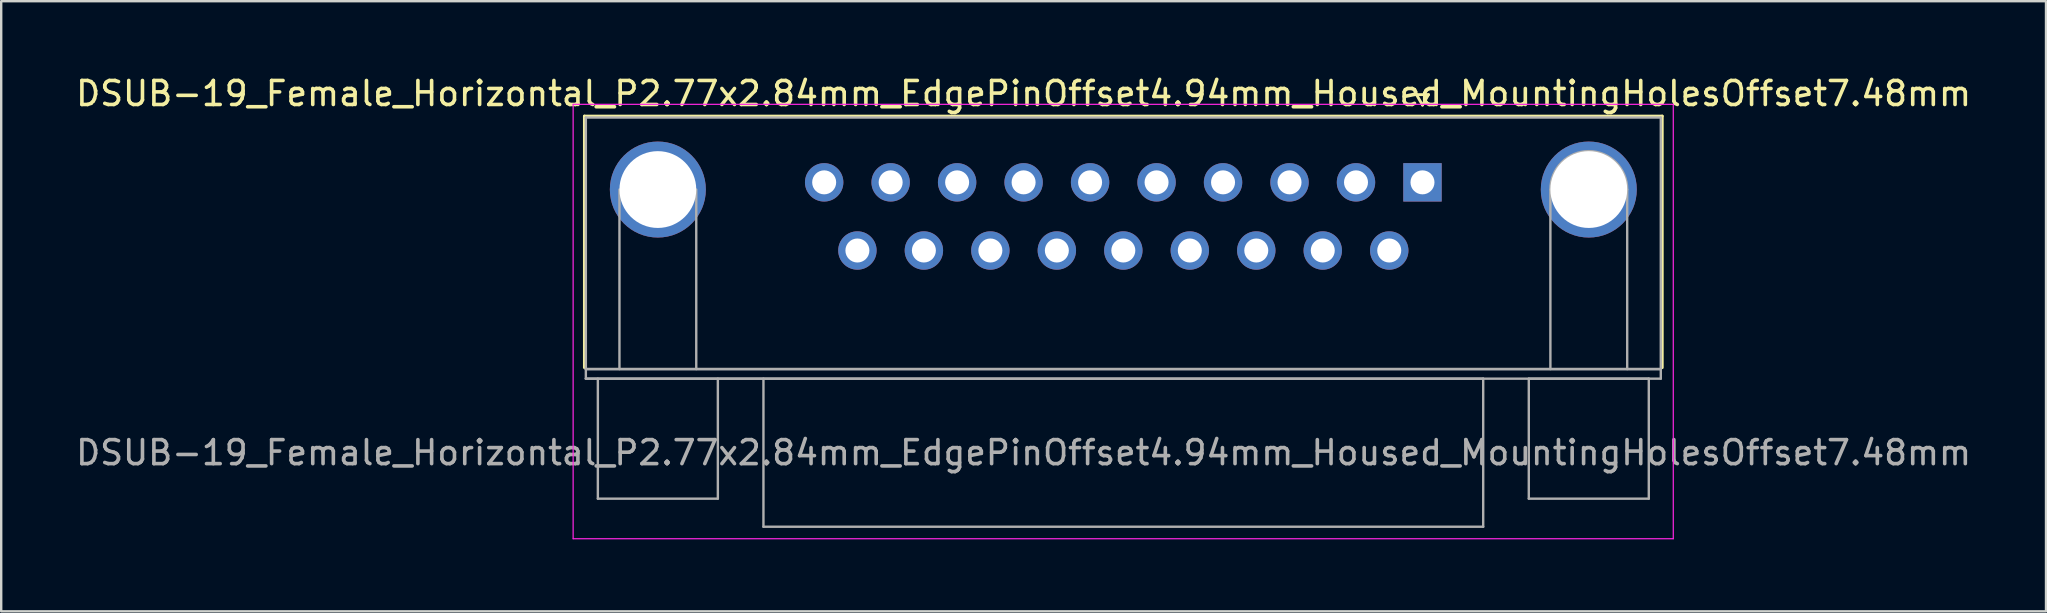
<source format=kicad_pcb>
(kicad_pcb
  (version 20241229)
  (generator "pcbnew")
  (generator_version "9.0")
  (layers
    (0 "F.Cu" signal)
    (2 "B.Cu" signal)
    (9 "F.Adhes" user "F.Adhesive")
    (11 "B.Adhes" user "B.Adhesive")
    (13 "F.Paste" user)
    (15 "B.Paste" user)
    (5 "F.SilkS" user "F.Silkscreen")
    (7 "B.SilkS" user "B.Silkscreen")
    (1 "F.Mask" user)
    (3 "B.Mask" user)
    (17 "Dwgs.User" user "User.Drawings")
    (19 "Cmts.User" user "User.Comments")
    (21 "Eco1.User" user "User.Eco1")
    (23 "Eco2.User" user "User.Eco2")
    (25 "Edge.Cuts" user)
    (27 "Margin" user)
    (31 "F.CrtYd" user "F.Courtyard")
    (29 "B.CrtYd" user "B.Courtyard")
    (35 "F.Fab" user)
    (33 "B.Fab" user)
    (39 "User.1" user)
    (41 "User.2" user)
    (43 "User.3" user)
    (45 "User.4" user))
  (footprint "DSUB-19_Female_Horizontal_P2.77x2.84mm_EdgePinOffset4.94mm_Housed_MountingHolesOffset7.48mm"
    (layer "F.Cu")
    (at 56.221 4.548)
    (property "Reference" "DSUB-19_Female_Horizontal_P2.77x2.84mm_EdgePinOffset4.94mm_Housed_MountingHolesOffset7.48mm" (at -16.62 -3.7 0) (layer "F.SilkS") (effects (font (size 1 1) (thickness 0.15))))
    (attr through_hole)
    (fp_line (start -34.92 -2.76) (end 9.99 -2.76) (stroke (width 0.12) (type solid)) (layer "F.SilkS"))
    (fp_line (start -34.92 7.72) (end -34.92 -2.76) (stroke (width 0.12) (type solid)) (layer "F.SilkS"))
    (fp_line (start -0.25 -3.654) (end 0.25 -3.654) (stroke (width 0.12) (type solid)) (layer "F.SilkS"))
    (fp_line (start 0 -3.221) (end -0.25 -3.654) (stroke (width 0.12) (type solid)) (layer "F.SilkS"))
    (fp_line (start 0.25 -3.654) (end 0 -3.221) (stroke (width 0.12) (type solid)) (layer "F.SilkS"))
    (fp_line (start 9.99 -2.76) (end 9.99 7.72) (stroke (width 0.12) (type solid)) (layer "F.SilkS"))
    (fp_line (start -35.39 -3.25) (end -35.39 14.85) (stroke (width 0.05) (type solid)) (layer "F.CrtYd"))
    (fp_line (start -35.39 14.85) (end 10.45 14.85) (stroke (width 0.05) (type solid)) (layer "F.CrtYd"))
    (fp_line (start 10.45 -3.25) (end -35.39 -3.25) (stroke (width 0.05) (type solid)) (layer "F.CrtYd"))
    (fp_line (start 10.45 14.85) (end 10.45 -3.25) (stroke (width 0.05) (type solid)) (layer "F.CrtYd"))
    (fp_line (start -34.86 -2.7) (end -34.86 7.78) (stroke (width 0.1) (type solid)) (layer "F.Fab"))
    (fp_line (start -34.86 7.78) (end -34.86 8.18) (stroke (width 0.1) (type solid)) (layer "F.Fab"))
    (fp_line (start -34.86 7.78) (end 9.93 7.78) (stroke (width 0.1) (type solid)) (layer "F.Fab"))
    (fp_line (start -34.86 8.18) (end 9.93 8.18) (stroke (width 0.1) (type solid)) (layer "F.Fab"))
    (fp_line (start -34.36 8.18) (end -34.36 13.18) (stroke (width 0.1) (type solid)) (layer "F.Fab"))
    (fp_line (start -34.36 13.18) (end -29.36 13.18) (stroke (width 0.1) (type solid)) (layer "F.Fab"))
    (fp_line (start -33.46 7.78) (end -33.46 0.3) (stroke (width 0.1) (type solid)) (layer "F.Fab"))
    (fp_line (start -30.26 7.78) (end -30.26 0.3) (stroke (width 0.1) (type solid)) (layer "F.Fab"))
    (fp_line (start -29.36 13.18) (end -29.36 8.18) (stroke (width 0.1) (type solid)) (layer "F.Fab"))
    (fp_line (start -27.46 8.18) (end -27.46 14.35) (stroke (width 0.1) (type solid)) (layer "F.Fab"))
    (fp_line (start -27.46 14.35) (end 2.53 14.35) (stroke (width 0.1) (type solid)) (layer "F.Fab"))
    (fp_line (start 2.53 8.18) (end -34.86 8.18) (stroke (width 0.1) (type solid)) (layer "F.Fab"))
    (fp_line (start 2.53 14.35) (end 2.53 8.18) (stroke (width 0.1) (type solid)) (layer "F.Fab"))
    (fp_line (start 4.43 8.18) (end 4.43 13.18) (stroke (width 0.1) (type solid)) (layer "F.Fab"))
    (fp_line (start 4.43 13.18) (end 9.43 13.18) (stroke (width 0.1) (type solid)) (layer "F.Fab"))
    (fp_line (start 5.33 7.78) (end 5.33 0.3) (stroke (width 0.1) (type solid)) (layer "F.Fab"))
    (fp_line (start 8.53 7.78) (end 8.53 0.3) (stroke (width 0.1) (type solid)) (layer "F.Fab"))
    (fp_line (start 9.43 8.18) (end 4.43 8.18) (stroke (width 0.1) (type solid)) (layer "F.Fab"))
    (fp_line (start 9.43 13.18) (end 9.43 8.18) (stroke (width 0.1) (type solid)) (layer "F.Fab"))
    (fp_line (start 9.93 -2.7) (end -34.86 -2.7) (stroke (width 0.1) (type solid)) (layer "F.Fab"))
    (fp_line (start 9.93 7.78) (end -34.86 7.78) (stroke (width 0.1) (type solid)) (layer "F.Fab"))
    (fp_line (start 9.93 7.78) (end 9.93 -2.7) (stroke (width 0.1) (type solid)) (layer "F.Fab"))
    (fp_line (start 9.93 8.18) (end 9.93 7.78) (stroke (width 0.1) (type solid)) (layer "F.Fab"))
    (fp_arc (start 5.33 0.3) (mid 6.93 -1.3) (end 8.53 0.3) (stroke (width 0.1) (type solid)) (layer "F.Fab"))
    (fp_text user "${REFERENCE}" (at -16.62 11.265 0) (layer "F.Fab") (effects (font (size 1 1) (thickness 0.15))))
    (pad "0" thru_hole circle (at -31.86 0.3) (size 4 4) (drill 3.2) (layers "*.Cu" "*.Mask"))
    (pad "0" thru_hole circle (at 6.93 0.3) (size 4 4) (drill 3.2) (layers "*.Cu" "*.Mask"))
    (pad "1" thru_hole rect (at 0 0) (size 1.6 1.6) (drill 1) (layers "*.Cu" "*.Mask"))
    (pad "2" thru_hole circle (at -2.77 0) (size 1.6 1.6) (drill 1) (layers "*.Cu" "*.Mask"))
    (pad "3" thru_hole circle (at -5.54 0) (size 1.6 1.6) (drill 1) (layers "*.Cu" "*.Mask"))
    (pad "4" thru_hole circle (at -8.31 0) (size 1.6 1.6) (drill 1) (layers "*.Cu" "*.Mask"))
    (pad "5" thru_hole circle (at -11.08 0) (size 1.6 1.6) (drill 1) (layers "*.Cu" "*.Mask"))
    (pad "6" thru_hole circle (at -13.85 0) (size 1.6 1.6) (drill 1) (layers "*.Cu" "*.Mask"))
    (pad "7" thru_hole circle (at -16.62 0) (size 1.6 1.6) (drill 1) (layers "*.Cu" "*.Mask"))
    (pad "8" thru_hole circle (at -19.39 0) (size 1.6 1.6) (drill 1) (layers "*.Cu" "*.Mask"))
    (pad "9" thru_hole circle (at -22.16 0) (size 1.6 1.6) (drill 1) (layers "*.Cu" "*.Mask"))
    (pad "10" thru_hole circle (at -24.93 0) (size 1.6 1.6) (drill 1) (layers "*.Cu" "*.Mask"))
    (pad "11" thru_hole circle (at -1.385 2.84) (size 1.6 1.6) (drill 1) (layers "*.Cu" "*.Mask"))
    (pad "12" thru_hole circle (at -4.155 2.84) (size 1.6 1.6) (drill 1) (layers "*.Cu" "*.Mask"))
    (pad "13" thru_hole circle (at -6.925 2.84) (size 1.6 1.6) (drill 1) (layers "*.Cu" "*.Mask"))
    (pad "14" thru_hole circle (at -9.695 2.84) (size 1.6 1.6) (drill 1) (layers "*.Cu" "*.Mask"))
    (pad "15" thru_hole circle (at -12.465 2.84) (size 1.6 1.6) (drill 1) (layers "*.Cu" "*.Mask"))
    (pad "16" thru_hole circle (at -15.235 2.84) (size 1.6 1.6) (drill 1) (layers "*.Cu" "*.Mask"))
    (pad "17" thru_hole circle (at -18.005 2.84) (size 1.6 1.6) (drill 1) (layers "*.Cu" "*.Mask"))
    (pad "18" thru_hole circle (at -20.775 2.84) (size 1.6 1.6) (drill 1) (layers "*.Cu" "*.Mask"))
    (pad "19" thru_hole circle (at -23.545 2.84) (size 1.6 1.6) (drill 1) (layers "*.Cu" "*.Mask")))
  (gr_rect
    (start -3 -3)
    (end 82.202 22.423)
    (stroke (width 0.1) (type default))
    (fill no)
    (layer "Edge.Cuts")))
</source>
